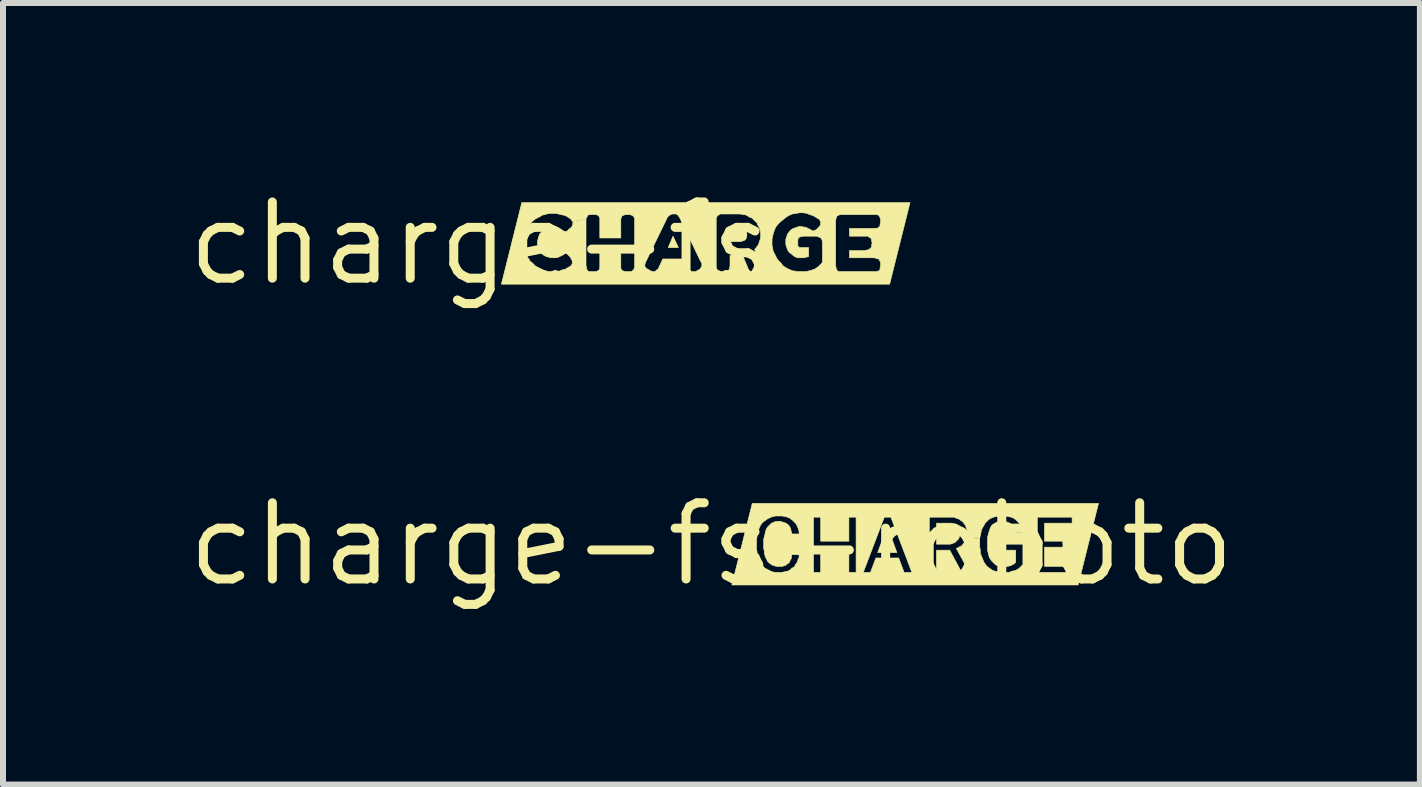
<source format=kicad_pcb>
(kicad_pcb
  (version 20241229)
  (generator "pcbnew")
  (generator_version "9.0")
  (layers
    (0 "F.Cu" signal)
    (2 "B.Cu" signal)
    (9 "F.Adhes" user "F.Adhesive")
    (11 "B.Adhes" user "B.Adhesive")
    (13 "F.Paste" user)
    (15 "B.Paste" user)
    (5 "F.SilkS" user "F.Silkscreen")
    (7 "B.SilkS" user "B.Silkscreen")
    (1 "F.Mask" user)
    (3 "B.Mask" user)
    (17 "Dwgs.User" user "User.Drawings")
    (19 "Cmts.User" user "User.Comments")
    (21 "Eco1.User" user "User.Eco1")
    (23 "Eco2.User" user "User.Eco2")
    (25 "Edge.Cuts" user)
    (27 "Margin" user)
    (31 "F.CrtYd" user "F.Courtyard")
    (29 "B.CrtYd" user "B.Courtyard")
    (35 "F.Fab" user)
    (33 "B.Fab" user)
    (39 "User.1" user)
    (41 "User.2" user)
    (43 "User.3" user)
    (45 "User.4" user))
  (footprint "charge-fs"
    (layer "F.Cu")
    (at 4.966 1.006)
    (property "Reference" "charge-fs" (at 0 0 0) (layer "F.SilkS") (effects (font (size 1.27 1.27) (thickness 0.15))))
    (attr board_only exclude_from_pos_files exclude_from_bom)
    (fp_poly (pts (xy 3.2 -0.12) (xy 3.12 0.07) (xy 3.29 0.07) (xy 3.2 -0.12)) (stroke (width 0.01) (type solid)) (fill yes) (layer "F.SilkS"))
    (fp_poly (pts (xy 4.15 -0.03) (xy 4.33 -0.03) (xy 4.36 -0.04) (xy 4.39 -0.05) (xy 4.4 -0.06) (xy 4.42 -0.08) (xy 4.42 -0.1) (xy 4.43 -0.12) (xy 4.43 -0.14) (xy 4.43 -0.17) (xy 4.42 -0.19) (xy 4.41 -0.21) (xy 4.4 -0.22) (xy 4.38 -0.24) (xy 4.36 -0.25) (xy 4.33 -0.26) (xy 4.32 -0.26) (xy 4.15 -0.26) (xy 4.15 -0.03)) (stroke (width 0.01) (type solid)) (fill yes) (layer "F.SilkS"))
    (fp_poly (pts (xy 0.91 -0.41) (xy 0.95 -0.43) (xy 0.99 -0.45) (xy 1.02 -0.47) (xy 1.06 -0.48) (xy 1.1 -0.49) (xy 1.14 -0.5) (xy 1.18 -0.5) (xy 1.22 -0.5) (xy 1.25 -0.5) (xy 1.29 -0.49) (xy 1.33 -0.48) (xy 1.38 -0.47) (xy 1.41 -0.46) (xy 1.43 -0.45) (xy 1.46 -0.43) (xy 1.49 -0.41) (xy 1.51 -0.39) (xy 1.52 -0.37) (xy 1.53 -0.36) (xy 1.75 -0.41) (xy 1.76 -0.43) (xy 1.77 -0.45) (xy 1.78 -0.46) (xy 1.78 -0.47) (xy 1.81 -0.48) (xy 1.84 -0.48) (xy 1.89 -0.48) (xy 1.92 -0.48) (xy 1.94 -0.47) (xy 1.96 -0.46) (xy 1.97 -0.44) (xy 1.98 -0.43) (xy 1.98 -0.42) (xy 1.98 -0.38) (xy 1.98 -0.09) (xy 2.33 -0.09) (xy 2.33 -0.41) (xy 2.34 -0.43) (xy 2.35 -0.46) (xy 2.38 -0.47) (xy 2.41 -0.48) (xy 2.45 -0.48) (xy 2.48 -0.48) (xy 2.51 -0.47) (xy 2.53 -0.46) (xy 2.55 -0.44) (xy 2.55 -0.43) (xy 2.56 -0.43) (xy 2.56 -0.4) (xy 2.56 -0.37) (xy 2.56 0.37) (xy 2.73 0.37) (xy 2.73 0.36) (xy 2.74 0.32) (xy 2.75 0.3) (xy 3.11 -0.44) (xy 3.13 -0.46) (xy 3.16 -0.48) (xy 3.19 -0.49) (xy 3.22 -0.49) (xy 3.25 -0.49) (xy 3.27 -0.48) (xy 3.29 -0.46) (xy 3.31 -0.43) (xy 3.66 0.3) (xy 3.68 0.33) (xy 3.68 0.36) (xy 3.92 0.36) (xy 3.92 -0.42) (xy 3.92 -0.43) (xy 3.93 -0.44) (xy 3.94 -0.46) (xy 3.94 -0.47) (xy 3.96 -0.47) (xy 3.97 -0.48) (xy 3.99 -0.49) (xy 4.02 -0.49) (xy 4.32 -0.49) (xy 4.36 -0.48) (xy 4.39 -0.48) (xy 4.42 -0.47) (xy 4.44 -0.46) (xy 4.47 -0.44) (xy 4.5 -0.43) (xy 4.53 -0.41) (xy 4.55 -0.39) (xy 4.58 -0.36) (xy 4.6 -0.34) (xy 4.61 -0.31) (xy 4.63 -0.28) (xy 4.64 -0.25) (xy 4.65 -0.22) (xy 4.66 -0.19) (xy 4.66 -0.16) (xy 4.66 -0.13) (xy 4.66 -0.09) (xy 4.85 -0.07) (xy 4.86 -0.12) (xy 4.87 -0.16) (xy 4.89 -0.22) (xy 4.91 -0.27) (xy 4.95 -0.32) (xy 4.99 -0.36) (xy 5.04 -0.4) (xy 5.09 -0.44) (xy 5.14 -0.47) (xy 5.19 -0.49) (xy 5.25 -0.5) (xy 5.31 -0.51) (xy 5.37 -0.51) (xy 5.43 -0.5) (xy 5.48 -0.48) (xy 5.54 -0.46) (xy 5.59 -0.43) (xy 5.62 -0.41) (xy 5.64 -0.4) (xy 5.65 -0.38) (xy 5.66 -0.36) (xy 5.66 -0.34) (xy 5.66 -0.31) (xy 5.64 -0.28) (xy 5.62 -0.26) (xy 5.59 -0.23) (xy 5.57 -0.22) (xy 5.55 -0.21) (xy 5.54 -0.21) (xy 5.52 -0.21) (xy 5.49 -0.23) (xy 5.43 -0.26) (xy 5.41 -0.27) (xy 5.39 -0.27) (xy 5.34 -0.28) (xy 5.29 -0.28) (xy 5.27 -0.27) (xy 5.24 -0.26) (xy 5.21 -0.25) (xy 5.19 -0.24) (xy 5.16 -0.22) (xy 5.14 -0.2) (xy 5.13 -0.18) (xy 5.11 -0.16) (xy 5.1 -0.13) (xy 5.09 -0.1) (xy 5.08 -0.07) (xy 5.08 -0.04) (xy 5.08 -0.01) (xy 5.08 0.02) (xy 5.09 0.05) (xy 5.1 0.08) (xy 5.11 0.11) (xy 5.13 0.14) (xy 5.15 0.16) (xy 5.18 0.18) (xy 5.2 0.2) (xy 5.23 0.22) (xy 5.25 0.23) (xy 5.28 0.24) (xy 5.32 0.24) (xy 5.37 0.24) (xy 5.42 0.23) (xy 5.46 0.22) (xy 5.46 0.07) (xy 5.35 0.07) (xy 5.32 0.07) (xy 5.31 0.07) (xy 5.29 0.06) (xy 5.29 0.05) (xy 5.28 0.04) (xy 5.28 0.01) (xy 5.28 -0.04) (xy 5.28 -0.06) (xy 5.29 -0.09) (xy 5.3 -0.1) (xy 5.32 -0.11) (xy 5.34 -0.11) (xy 5.36 -0.12) (xy 5.59 -0.12) (xy 5.62 -0.11) (xy 5.64 -0.1) (xy 5.66 -0.1) (xy 5.67 -0.08) (xy 5.68 -0.07) (xy 5.68 -0.06) (xy 5.69 -0.04) (xy 5.69 -0.02) (xy 5.69 0.29) (xy 5.69 0.31) (xy 5.91 0.37) (xy 5.91 -0.37) (xy 5.91 -0.39) (xy 5.92 -0.42) (xy 5.92 -0.43) (xy 5.93 -0.45) (xy 5.94 -0.46) (xy 5.96 -0.47) (xy 5.99 -0.48) (xy 6.02 -0.48) (xy 6.55 -0.48) (xy 6.59 -0.48) (xy 6.63 -0.47) (xy 6.63 -0.46) (xy 6.64 -0.45) (xy 6.65 -0.43) (xy 6.66 -0.39) (xy 6.66 -0.35) (xy 6.65 -0.32) (xy 6.65 -0.29) (xy 6.63 -0.27) (xy 6.62 -0.26) (xy 6.59 -0.25) (xy 6.55 -0.25) (xy 6.14 -0.25) (xy 6.14 -0.12) (xy 6.45 -0.12) (xy 6.46 -0.11) (xy 6.49 -0.09) (xy 6.5 -0.09) (xy 6.5 -0.08) (xy 6.51 -0.06) (xy 6.51 -0.04) (xy 6.52 0) (xy 6.51 0.02) (xy 6.51 0.04) (xy 6.51 0.06) (xy 6.5 0.07) (xy 6.49 0.09) (xy 6.48 0.09) (xy 6.45 0.11) (xy 6.43 0.11) (xy 6.4 0.12) (xy 6.14 0.12) (xy 6.14 0.24) (xy 6.55 0.24) (xy 6.59 0.25) (xy 6.62 0.26) (xy 6.64 0.27) (xy 6.64 0.28) (xy 6.65 0.3) (xy 6.66 0.32) (xy 6.66 0.35) (xy 6.66 0.38) (xy 6.65 0.41) (xy 6.65 0.43) (xy 6.64 0.45) (xy 6.63 0.46) (xy 6.62 0.46) (xy 6.59 0.47) (xy 6.55 0.47) (xy 6.01 0.47) (xy 5.98 0.47) (xy 5.96 0.47) (xy 5.94 0.46) (xy 5.93 0.44) (xy 5.92 0.43) (xy 5.92 0.42) (xy 5.91 0.37) (xy 5.69 0.31) (xy 5.68 0.33) (xy 5.66 0.35) (xy 5.64 0.37) (xy 5.62 0.39) (xy 5.59 0.41) (xy 5.56 0.43) (xy 5.53 0.44) (xy 5.5 0.45) (xy 5.46 0.46) (xy 5.42 0.47) (xy 5.38 0.47) (xy 5.34 0.47) (xy 5.3 0.47) (xy 5.27 0.47) (xy 5.23 0.46) (xy 5.2 0.46) (xy 5.15 0.44) (xy 5.11 0.42) (xy 5.07 0.4) (xy 5.03 0.37) (xy 5 0.33) (xy 4.96 0.29) (xy 4.93 0.25) (xy 4.91 0.21) (xy 4.89 0.17) (xy 4.87 0.13) (xy 4.86 0.08) (xy 4.85 0.03) (xy 4.85 -0.02) (xy 4.85 -0.07) (xy 4.66 -0.09) (xy 4.65 -0.06) (xy 4.64 -0.03) (xy 4.63 0) (xy 4.62 0.03) (xy 4.6 0.05) (xy 4.58 0.08) (xy 4.56 0.1) (xy 4.6 0.19) (xy 4.65 0.3) (xy 4.66 0.34) (xy 4.67 0.37) (xy 4.66 0.39) (xy 4.65 0.41) (xy 4.64 0.42) (xy 4.62 0.44) (xy 4.56 0.46) (xy 4.53 0.47) (xy 4.52 0.47) (xy 4.5 0.47) (xy 4.49 0.47) (xy 4.48 0.46) (xy 4.47 0.45) (xy 4.46 0.44) (xy 4.36 0.2) (xy 4.15 0.2) (xy 4.15 0.38) (xy 4.14 0.42) (xy 4.14 0.43) (xy 4.13 0.44) (xy 4.12 0.45) (xy 4.1 0.46) (xy 4.07 0.47) (xy 4.04 0.47) (xy 4 0.47) (xy 3.98 0.46) (xy 3.95 0.45) (xy 3.94 0.44) (xy 3.93 0.43) (xy 3.93 0.42) (xy 3.92 0.39) (xy 3.92 0.36) (xy 3.68 0.36) (xy 3.68 0.38) (xy 3.67 0.4) (xy 3.66 0.41) (xy 3.65 0.43) (xy 3.63 0.44) (xy 3.61 0.45) (xy 3.58 0.47) (xy 3.56 0.47) (xy 3.54 0.47) (xy 3.52 0.47) (xy 3.51 0.47) (xy 3.5 0.46) (xy 3.48 0.45) (xy 3.47 0.44) (xy 3.45 0.4) (xy 3.39 0.26) (xy 3.03 0.26) (xy 2.95 0.43) (xy 2.93 0.44) (xy 2.91 0.46) (xy 2.9 0.47) (xy 2.89 0.47) (xy 2.87 0.47) (xy 2.86 0.47) (xy 2.83 0.46) (xy 2.78 0.43) (xy 2.76 0.42) (xy 2.75 0.41) (xy 2.74 0.4) (xy 2.73 0.38) (xy 2.73 0.37) (xy 2.56 0.37) (xy 2.56 0.39) (xy 2.56 0.41) (xy 2.55 0.42) (xy 2.54 0.45) (xy 2.53 0.45) (xy 2.52 0.46) (xy 2.5 0.47) (xy 2.47 0.47) (xy 2.43 0.47) (xy 2.4 0.47) (xy 2.37 0.46) (xy 2.35 0.45) (xy 2.34 0.44) (xy 2.34 0.43) (xy 2.33 0.42) (xy 2.33 0.37) (xy 2.33 0.09) (xy 1.98 0.09) (xy 1.98 0.37) (xy 1.98 0.4) (xy 1.97 0.44) (xy 1.96 0.45) (xy 1.94 0.46) (xy 1.92 0.47) (xy 1.9 0.47) (xy 1.86 0.47) (xy 1.83 0.47) (xy 1.8 0.47) (xy 1.78 0.46) (xy 1.77 0.44) (xy 1.76 0.43) (xy 1.76 0.4) (xy 1.75 0.37) (xy 1.75 -0.41) (xy 1.53 -0.35) (xy 1.53 -0.34) (xy 1.53 -0.32) (xy 1.52 -0.29) (xy 1.5 -0.26) (xy 1.47 -0.24) (xy 1.45 -0.22) (xy 1.43 -0.2) (xy 1.41 -0.2) (xy 1.39 -0.2) (xy 1.37 -0.21) (xy 1.31 -0.25) (xy 1.29 -0.26) (xy 1.27 -0.26) (xy 1.24 -0.27) (xy 1.21 -0.27) (xy 1.18 -0.27) (xy 1.15 -0.27) (xy 1.12 -0.26) (xy 1.08 -0.24) (xy 1.05 -0.23) (xy 1.02 -0.2) (xy 1 -0.18) (xy 0.98 -0.16) (xy 0.97 -0.13) (xy 0.96 -0.11) (xy 0.95 -0.07) (xy 0.94 -0.03) (xy 0.94 0.01) (xy 0.95 0.05) (xy 0.96 0.09) (xy 0.97 0.12) (xy 0.99 0.15) (xy 1.01 0.17) (xy 1.05 0.2) (xy 1.09 0.22) (xy 1.13 0.23) (xy 1.17 0.24) (xy 1.21 0.24) (xy 1.25 0.24) (xy 1.29 0.23) (xy 1.33 0.21) (xy 1.37 0.19) (xy 1.4 0.17) (xy 1.41 0.17) (xy 1.42 0.17) (xy 1.44 0.18) (xy 1.46 0.2) (xy 1.48 0.22) (xy 1.5 0.25) (xy 1.51 0.27) (xy 1.52 0.29) (xy 1.52 0.31) (xy 1.52 0.32) (xy 1.52 0.34) (xy 1.51 0.36) (xy 1.49 0.38) (xy 1.42 0.42) (xy 1.41 0.43) (xy 1.36 0.44) (xy 1.31 0.46) (xy 1.27 0.47) (xy 1.22 0.47) (xy 1.19 0.47) (xy 1.16 0.47) (xy 1.13 0.47) (xy 1.09 0.46) (xy 1.03 0.44) (xy 0.97 0.41) (xy 0.91 0.38) (xy 0.86 0.33) (xy 0.81 0.29) (xy 0.8 0.26) (xy 0.78 0.24) (xy 0.76 0.19) (xy 0.74 0.15) (xy 0.73 0.1) (xy 0.72 0.06) (xy 0.71 0.01) (xy 0.71 -0.05) (xy 0.72 -0.1) (xy 0.73 -0.15) (xy 0.74 -0.19) (xy 0.76 -0.23) (xy 0.78 -0.27) (xy 0.81 -0.31) (xy 0.83 -0.34) (xy 0.87 -0.38) (xy 0.91 -0.41) (xy 0.68 -0.68) (xy 0.34 0.68) (xy 6.81 0.68) (xy 7.15 -0.68) (xy 0.68 -0.68) (xy 0.91 -0.41)) (stroke (width 0.01) (type solid)) (fill yes) (layer "F.SilkS")))
  (footprint "charge-fs-roboto"
    (layer "F.Cu")
    (at 8.807 6.019)
    (property "Reference" "charge-fs-roboto" (at 0 0 0) (layer "F.SilkS") (effects (font (size 1.27 1.27) (thickness 0.15))))
    (attr board_only exclude_from_pos_files exclude_from_bom)
    (fp_poly (pts (xy 2.77 0.14) (xy 3.09 0.14) (xy 2.93 -0.3) (xy 2.77 0.14)) (stroke (width 0.01) (type solid)) (fill yes) (layer "F.SilkS"))
    (fp_poly (pts (xy 3.75 0) (xy 3.95 0) (xy 3.98 0) (xy 4.01 -0.01) (xy 4.04 -0.02) (xy 4.06 -0.03) (xy 4.08 -0.05) (xy 4.1 -0.07) (xy 4.12 -0.09) (xy 4.13 -0.12) (xy 4.14 -0.15) (xy 4.14 -0.2) (xy 4.13 -0.23) (xy 4.12 -0.26) (xy 4.1 -0.29) (xy 4.08 -0.31) (xy 4.06 -0.33) (xy 4.03 -0.34) (xy 3.99 -0.35) (xy 3.94 -0.35) (xy 3.75 -0.35) (xy 3.75 0)) (stroke (width 0.01) (type solid)) (fill yes) (layer "F.SilkS"))
    (fp_poly (pts (xy 0.89 -0.39) (xy 0.93 -0.42) (xy 0.97 -0.44) (xy 1.02 -0.46) (xy 1.07 -0.47) (xy 1.12 -0.47) (xy 1.18 -0.47) (xy 1.23 -0.46) (xy 1.27 -0.45) (xy 1.31 -0.43) (xy 1.35 -0.4) (xy 1.38 -0.37) (xy 1.41 -0.34) (xy 1.43 -0.3) (xy 1.7 -0.45) (xy 1.82 -0.45) (xy 1.82 -0.05) (xy 2.29 -0.05) (xy 2.29 -0.45) (xy 2.41 -0.45) (xy 2.41 0.47) (xy 2.53 0.47) (xy 2.88 -0.45) (xy 2.99 -0.45) (xy 3.34 0.47) (xy 3.63 0.47) (xy 3.63 -0.45) (xy 3.95 -0.45) (xy 3.99 -0.45) (xy 4.04 -0.45) (xy 4.09 -0.43) (xy 4.12 -0.42) (xy 4.14 -0.41) (xy 4.16 -0.39) (xy 4.18 -0.38) (xy 4.2 -0.36) (xy 4.21 -0.34) (xy 4.23 -0.32) (xy 4.24 -0.29) (xy 4.25 -0.26) (xy 4.26 -0.23) (xy 4.26 -0.19) (xy 4.26 -0.16) (xy 4.26 -0.13) (xy 4.47 -0.1) (xy 4.48 -0.14) (xy 4.49 -0.19) (xy 4.5 -0.24) (xy 4.52 -0.28) (xy 4.54 -0.31) (xy 4.56 -0.35) (xy 4.59 -0.38) (xy 4.62 -0.41) (xy 4.65 -0.43) (xy 4.7 -0.45) (xy 4.74 -0.46) (xy 4.79 -0.47) (xy 4.84 -0.47) (xy 4.9 -0.47) (xy 4.95 -0.46) (xy 5 -0.45) (xy 5.04 -0.43) (xy 5.07 -0.41) (xy 5.1 -0.38) (xy 5.13 -0.35) (xy 5.15 -0.32) (xy 5.17 -0.28) (xy 5.18 -0.24) (xy 5.19 -0.19) (xy 5.07 -0.19) (xy 5.06 -0.22) (xy 5.05 -0.26) (xy 5.03 -0.28) (xy 5.02 -0.31) (xy 5 -0.33) (xy 4.97 -0.35) (xy 4.95 -0.36) (xy 4.92 -0.37) (xy 4.89 -0.38) (xy 4.86 -0.38) (xy 4.82 -0.38) (xy 4.79 -0.37) (xy 4.76 -0.37) (xy 4.74 -0.36) (xy 4.71 -0.34) (xy 4.69 -0.33) (xy 4.67 -0.31) (xy 4.65 -0.28) (xy 4.64 -0.25) (xy 4.63 -0.22) (xy 4.62 -0.19) (xy 4.61 -0.15) (xy 4.6 -0.11) (xy 4.6 -0.07) (xy 4.6 0.06) (xy 4.6 0.1) (xy 4.61 0.14) (xy 4.62 0.18) (xy 4.63 0.22) (xy 4.65 0.25) (xy 4.67 0.28) (xy 4.7 0.31) (xy 4.73 0.34) (xy 4.77 0.36) (xy 4.81 0.37) (xy 4.85 0.37) (xy 4.93 0.37) (xy 4.98 0.36) (xy 5 0.35) (xy 5.02 0.34) (xy 5.04 0.33) (xy 5.07 0.3) (xy 5.07 0.1) (xy 4.85 0.1) (xy 4.85 0) (xy 5.19 0) (xy 5.19 0.34) (xy 5.16 0.37) (xy 5.13 0.4) (xy 5.1 0.42) (xy 5.06 0.44) (xy 5.01 0.45) (xy 4.96 0.47) (xy 4.91 0.47) (xy 4.85 0.47) (xy 4.81 0.47) (xy 4.77 0.46) (xy 4.73 0.45) (xy 4.69 0.44) (xy 4.66 0.42) (xy 4.62 0.39) (xy 4.59 0.37) (xy 4.57 0.34) (xy 4.54 0.3) (xy 4.52 0.25) (xy 4.5 0.2) (xy 4.48 0.15) (xy 4.48 0.1) (xy 4.47 0.04) (xy 4.47 -0.05) (xy 4.47 -0.09) (xy 4.26 -0.12) (xy 4.25 -0.1) (xy 4.24 -0.07) (xy 4.23 -0.04) (xy 4.21 -0.02) (xy 4.19 0) (xy 4.17 0.03) (xy 4.14 0.04) (xy 4.11 0.06) (xy 4.08 0.07) (xy 4.3 0.47) (xy 4.17 0.47) (xy 3.97 0.1) (xy 3.75 0.1) (xy 3.75 0.47) (xy 3.63 0.47) (xy 3.34 0.47) (xy 3.21 0.47) (xy 3.12 0.23) (xy 2.74 0.23) (xy 2.65 0.47) (xy 2.53 0.47) (xy 2.41 0.47) (xy 2.29 0.47) (xy 2.29 0.05) (xy 1.82 0.05) (xy 1.82 0.47) (xy 1.7 0.47) (xy 1.7 -0.45) (xy 1.43 -0.3) (xy 1.45 -0.25) (xy 1.46 -0.21) (xy 1.46 -0.17) (xy 1.34 -0.17) (xy 1.33 -0.21) (xy 1.32 -0.25) (xy 1.31 -0.28) (xy 1.29 -0.31) (xy 1.27 -0.33) (xy 1.24 -0.35) (xy 1.21 -0.36) (xy 1.18 -0.37) (xy 1.15 -0.38) (xy 1.11 -0.38) (xy 1.08 -0.38) (xy 1.05 -0.37) (xy 1.03 -0.36) (xy 1 -0.35) (xy 0.98 -0.33) (xy 0.96 -0.31) (xy 0.93 -0.28) (xy 0.91 -0.24) (xy 0.9 -0.21) (xy 0.89 -0.16) (xy 0.88 -0.12) (xy 0.87 -0.08) (xy 0.87 0.07) (xy 0.88 0.11) (xy 0.88 0.15) (xy 0.89 0.18) (xy 0.9 0.22) (xy 0.92 0.25) (xy 0.93 0.28) (xy 0.95 0.3) (xy 0.97 0.32) (xy 1 0.34) (xy 1.02 0.35) (xy 1.05 0.36) (xy 1.08 0.37) (xy 1.11 0.37) (xy 1.15 0.37) (xy 1.18 0.37) (xy 1.21 0.36) (xy 1.24 0.35) (xy 1.26 0.33) (xy 1.28 0.32) (xy 1.3 0.3) (xy 1.31 0.27) (xy 1.33 0.24) (xy 1.33 0.21) (xy 1.34 0.17) (xy 1.46 0.17) (xy 1.46 0.22) (xy 1.44 0.26) (xy 1.43 0.3) (xy 1.4 0.34) (xy 1.38 0.38) (xy 1.34 0.4) (xy 1.31 0.43) (xy 1.27 0.45) (xy 1.22 0.46) (xy 1.17 0.47) (xy 1.11 0.47) (xy 1.06 0.47) (xy 1.01 0.46) (xy 0.97 0.44) (xy 0.93 0.42) (xy 0.89 0.4) (xy 0.86 0.37) (xy 0.83 0.33) (xy 0.81 0.3) (xy 0.79 0.26) (xy 0.78 0.22) (xy 0.76 0.17) (xy 0.76 0.13) (xy 0.75 0.08) (xy 0.75 -0.08) (xy 0.76 -0.13) (xy 0.77 -0.18) (xy 0.78 -0.23) (xy 0.8 -0.28) (xy 0.82 -0.32) (xy 0.85 -0.36) (xy 0.89 -0.39) (xy 0.68 -0.68) (xy 0.34 0.68) (xy 6.11 0.68) (xy 6.01 0.47) (xy 5.43 0.47) (xy 5.43 -0.45) (xy 6.01 -0.45) (xy 6.01 -0.35) (xy 5.55 -0.35) (xy 5.55 -0.05) (xy 5.95 -0.05) (xy 5.95 0.05) (xy 5.55 0.05) (xy 5.55 0.37) (xy 6.01 0.37) (xy 6.01 0.47) (xy 6.11 0.68) (xy 6.45 -0.68) (xy 0.68 -0.68) (xy 0.89 -0.39)) (stroke (width 0.01) (type solid)) (fill yes) (layer "F.SilkS")))
  (gr_rect
    (start -3 -3)
    (end 20.613 10.025)
    (stroke (width 0.1) (type default))
    (fill no)
    (layer "Edge.Cuts")))
</source>
